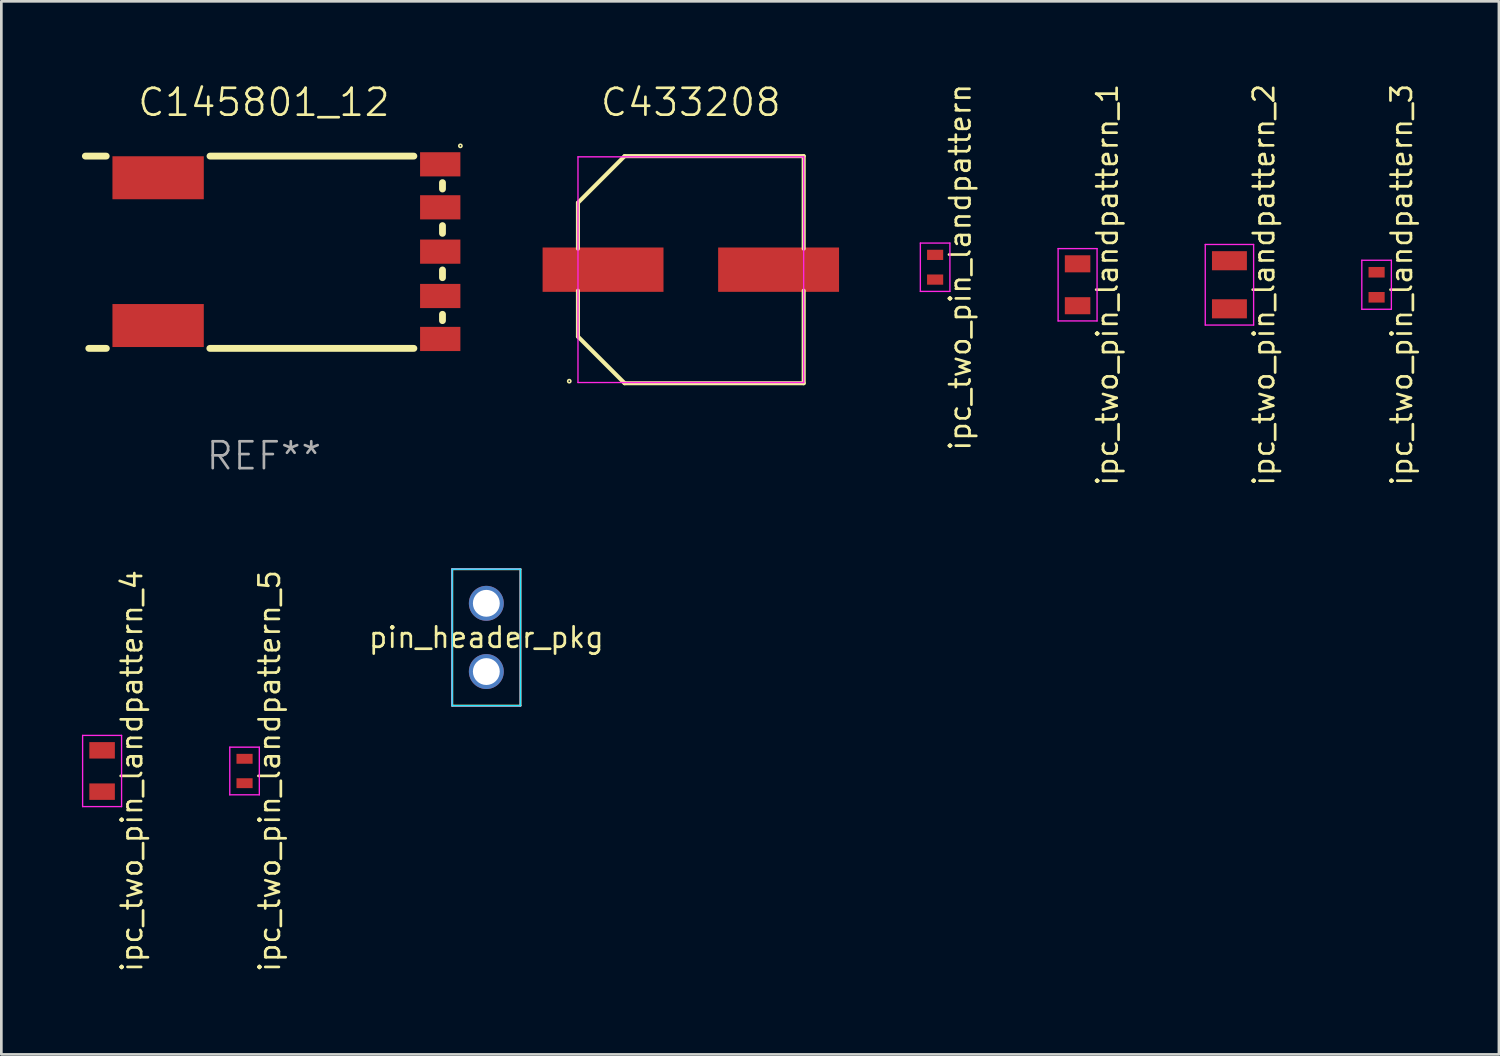
<source format=kicad_pcb>
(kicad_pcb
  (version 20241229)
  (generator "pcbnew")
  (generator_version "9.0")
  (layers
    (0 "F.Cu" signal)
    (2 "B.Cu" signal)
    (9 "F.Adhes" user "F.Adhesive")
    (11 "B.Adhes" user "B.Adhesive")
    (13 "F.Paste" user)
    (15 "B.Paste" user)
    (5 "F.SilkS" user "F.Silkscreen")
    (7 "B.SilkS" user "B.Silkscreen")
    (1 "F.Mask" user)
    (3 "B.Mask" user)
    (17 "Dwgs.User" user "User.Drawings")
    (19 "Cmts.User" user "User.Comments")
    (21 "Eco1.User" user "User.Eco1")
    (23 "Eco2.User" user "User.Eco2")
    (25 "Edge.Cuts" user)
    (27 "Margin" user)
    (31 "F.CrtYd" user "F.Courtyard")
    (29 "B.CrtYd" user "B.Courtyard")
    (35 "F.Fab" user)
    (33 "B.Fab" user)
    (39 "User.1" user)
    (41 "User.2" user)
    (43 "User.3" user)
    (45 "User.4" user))
  (footprint "ipc_two_pin_landpattern_1"
    (layer "F.Cu")
    (at 37.057 7.549)
    (property "Reference" "ipc_two_pin_landpattern_1" (at 1.106 0 90) (layer "F.SilkS") (effects (font (size 0.762 0.762) (thickness 0.1))))
    (attr through_hole)
    (fp_poly (pts (xy -0.625 -0.313) (xy 0.625 -0.313) (xy 0.625 -1.248) (xy -0.625 -1.248)) (stroke (width 0) (type solid)) (fill yes) (layer "F.Mask"))
    (fp_poly (pts (xy -0.625 1.248) (xy 0.625 1.248) (xy 0.625 0.313) (xy -0.625 0.313)) (stroke (width 0) (type solid)) (fill yes) (layer "F.Mask"))
    (fp_line (start -0.725 -1.347) (end -0.725 1.347) (stroke (width 0.05) (type solid)) (layer "F.CrtYd"))
    (fp_line (start -0.725 1.347) (end 0.725 1.347) (stroke (width 0.05) (type solid)) (layer "F.CrtYd"))
    (fp_line (start 0.725 -1.347) (end -0.725 -1.347) (stroke (width 0.05) (type solid)) (layer "F.CrtYd"))
    (fp_line (start 0.725 1.347) (end 0.725 -1.347) (stroke (width 0.05) (type solid)) (layer "F.CrtYd"))
    (pad "1" smd rect (at 0 -0.78) (size 0.95 0.635) (layers "F.Cu" "F.Paste"))
    (pad "2" smd rect (at 0 0.78) (size 0.95 0.635) (layers "F.Cu" "F.Paste")))
  (footprint "ipc_two_pin_landpattern_5"
    (layer "F.Cu")
    (at 6.052 25.646)
    (property "Reference" "ipc_two_pin_landpattern_5" (at 0.931 0 90) (layer "F.SilkS") (effects (font (size 0.762 0.762) (thickness 0.1))))
    (attr through_hole)
    (fp_poly (pts (xy -0.45 -0.12) (xy 0.45 -0.12) (xy 0.45 -0.787) (xy -0.45 -0.787)) (stroke (width 0) (type solid)) (fill yes) (layer "F.Mask"))
    (fp_poly (pts (xy -0.45 0.787) (xy 0.45 0.787) (xy 0.45 0.12) (xy -0.45 0.12)) (stroke (width 0) (type solid)) (fill yes) (layer "F.Mask"))
    (fp_line (start -0.55 -0.887) (end -0.55 0.887) (stroke (width 0.05) (type solid)) (layer "F.CrtYd"))
    (fp_line (start -0.55 0.887) (end 0.55 0.887) (stroke (width 0.05) (type solid)) (layer "F.CrtYd"))
    (fp_line (start 0.55 -0.887) (end -0.55 -0.887) (stroke (width 0.05) (type solid)) (layer "F.CrtYd"))
    (fp_line (start 0.55 0.887) (end 0.55 -0.887) (stroke (width 0.05) (type solid)) (layer "F.CrtYd"))
    (pad "1" smd rect (at 0 -0.454) (size 0.6 0.368) (layers "F.Cu" "F.Paste"))
    (pad "2" smd rect (at 0 0.454) (size 0.6 0.368) (layers "F.Cu" "F.Paste")))
  (footprint "pin_header_pkg"
    (layer "F.Cu")
    (at 15.051 20.675)
    (property "Reference" "pin_header_pkg" (at 0 0 0) (layer "F.SilkS") (effects (font (size 0.762 0.762) (thickness 0.1))))
    (attr through_hole)
    (fp_poly (pts (xy 0.8 -1.27) (xy 0.785 -1.426) (xy 0.739 -1.576) (xy 0.665 -1.714) (xy 0.566 -1.836) (xy 0.444 -1.935) (xy 0.306 -2.009) (xy 0.156 -2.055) (xy 0 -2.07) (xy -0.156 -2.055) (xy -0.306 -2.009) (xy -0.444 -1.935) (xy -0.566 -1.836) (xy -0.665 -1.714) (xy -0.739 -1.576) (xy -0.785 -1.426) (xy -0.8 -1.27) (xy -0.785 -1.114) (xy -0.739 -0.964) (xy -0.665 -0.826) (xy -0.566 -0.704) (xy -0.444 -0.605) (xy -0.306 -0.531) (xy -0.156 -0.485) (xy 0 -0.47) (xy 0.156 -0.485) (xy 0.306 -0.531) (xy 0.444 -0.605) (xy 0.566 -0.704) (xy 0.665 -0.826) (xy 0.739 -0.964) (xy 0.785 -1.114)) (stroke (width 0) (type solid)) (fill yes) (layer "F.Mask"))
    (fp_poly (pts (xy 0.8 1.27) (xy 0.785 1.114) (xy 0.739 0.964) (xy 0.665 0.826) (xy 0.566 0.704) (xy 0.444 0.605) (xy 0.306 0.531) (xy 0.156 0.485) (xy 0 0.47) (xy -0.156 0.485) (xy -0.306 0.531) (xy -0.444 0.605) (xy -0.566 0.704) (xy -0.665 0.826) (xy -0.739 0.964) (xy -0.785 1.114) (xy -0.8 1.27) (xy -0.785 1.426) (xy -0.739 1.576) (xy -0.665 1.714) (xy -0.566 1.836) (xy -0.444 1.935) (xy -0.306 2.009) (xy -0.156 2.055) (xy 0 2.07) (xy 0.156 2.055) (xy 0.306 2.009) (xy 0.444 1.935) (xy 0.566 1.836) (xy 0.665 1.714) (xy 0.739 1.576) (xy 0.785 1.426)) (stroke (width 0) (type solid)) (fill yes) (layer "F.Mask"))
    (fp_poly (pts (xy 0.8 -1.27) (xy 0.785 -1.426) (xy 0.739 -1.576) (xy 0.665 -1.714) (xy 0.566 -1.836) (xy 0.444 -1.935) (xy 0.306 -2.009) (xy 0.156 -2.055) (xy 0 -2.07) (xy -0.156 -2.055) (xy -0.306 -2.009) (xy -0.444 -1.935) (xy -0.566 -1.836) (xy -0.665 -1.714) (xy -0.739 -1.576) (xy -0.785 -1.426) (xy -0.8 -1.27) (xy -0.785 -1.114) (xy -0.739 -0.964) (xy -0.665 -0.826) (xy -0.566 -0.704) (xy -0.444 -0.605) (xy -0.306 -0.531) (xy -0.156 -0.485) (xy 0 -0.47) (xy 0.156 -0.485) (xy 0.306 -0.531) (xy 0.444 -0.605) (xy 0.566 -0.704) (xy 0.665 -0.826) (xy 0.739 -0.964) (xy 0.785 -1.114)) (stroke (width 0) (type solid)) (fill yes) (layer "B.Mask"))
    (fp_poly (pts (xy 0.8 1.27) (xy 0.785 1.114) (xy 0.739 0.964) (xy 0.665 0.826) (xy 0.566 0.704) (xy 0.444 0.605) (xy 0.306 0.531) (xy 0.156 0.485) (xy 0 0.47) (xy -0.156 0.485) (xy -0.306 0.531) (xy -0.444 0.605) (xy -0.566 0.704) (xy -0.665 0.826) (xy -0.739 0.964) (xy -0.785 1.114) (xy -0.8 1.27) (xy -0.785 1.426) (xy -0.739 1.576) (xy -0.665 1.714) (xy -0.566 1.836) (xy -0.444 1.935) (xy -0.306 2.009) (xy -0.156 2.055) (xy 0 2.07) (xy 0.156 2.055) (xy 0.306 2.009) (xy 0.444 1.935) (xy 0.566 1.836) (xy 0.665 1.714) (xy 0.739 1.576) (xy 0.785 1.426)) (stroke (width 0) (type solid)) (fill yes) (layer "B.Mask"))
    (fp_line (start -1.27 -2.54) (end -1.27 2.54) (stroke (width 0.076) (type solid)) (layer "F.SilkS"))
    (fp_line (start -1.27 2.54) (end 1.27 2.54) (stroke (width 0.076) (type solid)) (layer "F.SilkS"))
    (fp_line (start 1.27 -2.54) (end -1.27 -2.54) (stroke (width 0.076) (type solid)) (layer "F.SilkS"))
    (fp_line (start 1.27 2.54) (end 1.27 -2.54) (stroke (width 0.076) (type solid)) (layer "F.SilkS"))
    (fp_line (start -1.27 -2.54) (end -1.27 2.54) (stroke (width 0.05) (type solid)) (layer "B.CrtYd"))
    (fp_line (start -1.27 2.54) (end 1.27 2.54) (stroke (width 0.05) (type solid)) (layer "B.CrtYd"))
    (fp_line (start 1.27 -2.54) (end -1.27 -2.54) (stroke (width 0.05) (type solid)) (layer "B.CrtYd"))
    (fp_line (start 1.27 2.54) (end 1.27 -2.54) (stroke (width 0.05) (type solid)) (layer "B.CrtYd"))
    (fp_line (start -1.27 -2.54) (end -1.27 2.54) (stroke (width 0.05) (type solid)) (layer "F.CrtYd"))
    (fp_line (start -1.27 2.54) (end 1.27 2.54) (stroke (width 0.05) (type solid)) (layer "F.CrtYd"))
    (fp_line (start 1.27 -2.54) (end -1.27 -2.54) (stroke (width 0.05) (type solid)) (layer "F.CrtYd"))
    (fp_line (start 1.27 2.54) (end 1.27 -2.54) (stroke (width 0.05) (type solid)) (layer "F.CrtYd"))
    (pad "1" thru_hole circle (at 0 -1.27) (size 1.3 1.3) (drill 1) (layers "*.Cu"))
    (pad "2" thru_hole circle (at 0 1.27) (size 1.3 1.3) (drill 1) (layers "*.Cu")))
  (footprint "ipc_two_pin_landpattern_2"
    (layer "F.Cu")
    (at 42.709 7.549)
    (property "Reference" "ipc_two_pin_landpattern_2" (at 1.281 0 90) (layer "F.SilkS") (effects (font (size 0.762 0.762) (thickness 0.1))))
    (attr through_hole)
    (fp_poly (pts (xy -0.8 -0.389) (xy 0.8 -0.389) (xy 0.8 -1.4) (xy -0.8 -1.4)) (stroke (width 0) (type solid)) (fill yes) (layer "F.Mask"))
    (fp_poly (pts (xy -0.8 1.4) (xy 0.8 1.4) (xy 0.8 0.389) (xy -0.8 0.389)) (stroke (width 0) (type solid)) (fill yes) (layer "F.Mask"))
    (fp_line (start -0.9 -1.5) (end -0.9 1.5) (stroke (width 0.05) (type solid)) (layer "F.CrtYd"))
    (fp_line (start -0.9 1.5) (end 0.9 1.5) (stroke (width 0.05) (type solid)) (layer "F.CrtYd"))
    (fp_line (start 0.9 -1.5) (end -0.9 -1.5) (stroke (width 0.05) (type solid)) (layer "F.CrtYd"))
    (fp_line (start 0.9 1.5) (end 0.9 -1.5) (stroke (width 0.05) (type solid)) (layer "F.CrtYd"))
    (pad "1" smd rect (at 0 -0.895) (size 1.3 0.711) (layers "F.Cu" "F.Paste"))
    (pad "2" smd rect (at 0 0.895) (size 1.3 0.711) (layers "F.Cu" "F.Paste")))
  (footprint "ipc_two_pin_landpattern_3"
    (layer "F.Cu")
    (at 48.186 7.549)
    (property "Reference" "ipc_two_pin_landpattern_3" (at 0.931 0 90) (layer "F.SilkS") (effects (font (size 0.762 0.762) (thickness 0.1))))
    (attr through_hole)
    (fp_poly (pts (xy -0.45 -0.12) (xy 0.45 -0.12) (xy 0.45 -0.812) (xy -0.45 -0.812)) (stroke (width 0) (type solid)) (fill yes) (layer "F.Mask"))
    (fp_poly (pts (xy -0.45 0.812) (xy 0.45 0.812) (xy 0.45 0.12) (xy -0.45 0.12)) (stroke (width 0) (type solid)) (fill yes) (layer "F.Mask"))
    (fp_line (start -0.55 -0.912) (end -0.55 0.912) (stroke (width 0.05) (type solid)) (layer "F.CrtYd"))
    (fp_line (start -0.55 0.912) (end 0.55 0.912) (stroke (width 0.05) (type solid)) (layer "F.CrtYd"))
    (fp_line (start 0.55 -0.912) (end -0.55 -0.912) (stroke (width 0.05) (type solid)) (layer "F.CrtYd"))
    (fp_line (start 0.55 0.912) (end 0.55 -0.912) (stroke (width 0.05) (type solid)) (layer "F.CrtYd"))
    (pad "1" smd rect (at 0 -0.466) (size 0.6 0.393) (layers "F.Cu" "F.Paste"))
    (pad "2" smd rect (at 0 0.466) (size 0.6 0.393) (layers "F.Cu" "F.Paste")))
  (footprint "ipc_two_pin_landpattern"
    (layer "F.Cu")
    (at 31.755 6.896)
    (property "Reference" "ipc_two_pin_landpattern" (at 0.931 0 90) (layer "F.SilkS") (effects (font (size 0.762 0.762) (thickness 0.1))))
    (attr through_hole)
    (fp_poly (pts (xy -0.45 -0.12) (xy 0.45 -0.12) (xy 0.45 -0.8) (xy -0.45 -0.8)) (stroke (width 0) (type solid)) (fill yes) (layer "F.Mask"))
    (fp_poly (pts (xy -0.45 0.8) (xy 0.45 0.8) (xy 0.45 0.12) (xy -0.45 0.12)) (stroke (width 0) (type solid)) (fill yes) (layer "F.Mask"))
    (fp_line (start -0.55 -0.9) (end -0.55 0.9) (stroke (width 0.05) (type solid)) (layer "F.CrtYd"))
    (fp_line (start -0.55 0.9) (end 0.55 0.9) (stroke (width 0.05) (type solid)) (layer "F.CrtYd"))
    (fp_line (start 0.55 -0.9) (end -0.55 -0.9) (stroke (width 0.05) (type solid)) (layer "F.CrtYd"))
    (fp_line (start 0.55 0.9) (end 0.55 -0.9) (stroke (width 0.05) (type solid)) (layer "F.CrtYd"))
    (pad "1" smd rect (at 0 -0.46) (size 0.6 0.38) (layers "F.Cu" "F.Paste"))
    (pad "2" smd rect (at 0 0.46) (size 0.6 0.38) (layers "F.Cu" "F.Paste")))
  (footprint "ipc_two_pin_landpattern_4"
    (layer "F.Cu")
    (at 0.75 25.646)
    (property "Reference" "ipc_two_pin_landpattern_4" (at 1.106 0 90) (layer "F.SilkS") (effects (font (size 0.762 0.762) (thickness 0.1))))
    (attr through_hole)
    (fp_poly (pts (xy -0.625 -0.313) (xy 0.625 -0.313) (xy 0.625 -1.225) (xy -0.625 -1.225)) (stroke (width 0) (type solid)) (fill yes) (layer "F.Mask"))
    (fp_poly (pts (xy -0.625 1.225) (xy 0.625 1.225) (xy 0.625 0.313) (xy -0.625 0.313)) (stroke (width 0) (type solid)) (fill yes) (layer "F.Mask"))
    (fp_line (start -0.725 -1.325) (end -0.725 1.325) (stroke (width 0.05) (type solid)) (layer "F.CrtYd"))
    (fp_line (start -0.725 1.325) (end 0.725 1.325) (stroke (width 0.05) (type solid)) (layer "F.CrtYd"))
    (fp_line (start 0.725 -1.325) (end -0.725 -1.325) (stroke (width 0.05) (type solid)) (layer "F.CrtYd"))
    (fp_line (start 0.725 1.325) (end 0.725 -1.325) (stroke (width 0.05) (type solid)) (layer "F.CrtYd"))
    (pad "1" smd rect (at 0 -0.769) (size 0.95 0.612) (layers "F.Cu" "F.Paste"))
    (pad "2" smd rect (at 0 0.769) (size 0.95 0.612) (layers "F.Cu" "F.Paste")))
  (footprint "C145801_12"
    (layer "F.Cu")
    (at 6.773 6.338)
    (property "Reference" "C145801_12" (at 0 -5.578 0) (layer "F.SilkS") (effects (font (size 1 1) (thickness 0.1))))
    (attr through_hole)
    (fp_line (start -6.646 -3.578) (end -5.869 -3.578) (stroke (width 0.254) (type solid)) (layer "F.SilkS"))
    (fp_line (start -5.864 3.578) (end -6.518 3.578) (stroke (width 0.254) (type solid)) (layer "F.SilkS"))
    (fp_line (start -2.007 -3.578) (end 5.581 -3.578) (stroke (width 0.254) (type solid)) (layer "F.SilkS"))
    (fp_line (start 5.582 3.578) (end -2.013 3.578) (stroke (width 0.254) (type solid)) (layer "F.SilkS"))
    (fp_line (start 6.646 -2.591) (end 6.646 -2.353) (stroke (width 0.254) (type solid)) (layer "F.SilkS"))
    (fp_line (start 6.646 -0.991) (end 6.646 -0.703) (stroke (width 0.254) (type solid)) (layer "F.SilkS"))
    (fp_line (start 6.646 0.659) (end 6.646 0.948) (stroke (width 0.254) (type solid)) (layer "F.SilkS"))
    (fp_line (start 6.646 2.31) (end 6.646 2.546) (stroke (width 0.254) (type solid)) (layer "F.SilkS"))
    (fp_arc (start 7.342037 -3.958979) (mid 7.282043 -3.958979) (end 7.342037 -3.958979) (stroke (width 0.059995) (type solid)) (layer "F.SilkS"))
    (fp_text user "REF**" (at 0 7.578 0) (layer "F.Fab") (effects (font (size 1 1) (thickness 0.1))))
    (pad "1" smd rect (at 6.562 -3.272) (size 1.5 0.9) (layers "F.Cu" "F.Mask" "F.Paste"))
    (pad "2" smd rect (at 6.562 -1.672) (size 1.5 0.9) (layers "F.Cu" "F.Mask" "F.Paste"))
    (pad "3" smd rect (at 6.562 1.629) (size 1.5 0.9) (layers "F.Cu" "F.Mask" "F.Paste"))
    (pad "4" smd rect (at 6.562 3.228) (size 1.5 0.9) (layers "F.Cu" "F.Mask" "F.Paste"))
    (pad "5" smd rect (at 6.562 -0.022) (size 1.5 0.9) (layers "F.Cu" "F.Mask" "F.Paste"))
    (pad "6" smd rect (at -3.938 -2.772) (size 3.4 1.6) (layers "F.Cu" "F.Mask" "F.Paste"))
    (pad "7" smd rect (at -3.938 2.728) (size 3.4 1.6) (layers "F.Cu" "F.Mask" "F.Paste")))
  (footprint "C433208"
    (layer "F.Cu")
    (at 22.662 6.987)
    (property "Reference" "C433208" (at 0 -6.226 0) (layer "F.SilkS") (effects (font (size 1 1) (thickness 0.1))))
    (attr through_hole)
    (fp_line (start -4.201 -2.49) (end -4.201 -0.782) (stroke (width 0.152) (type solid)) (layer "F.SilkS"))
    (fp_line (start -4.201 2.49) (end -4.201 0.782) (stroke (width 0.152) (type solid)) (layer "F.SilkS"))
    (fp_line (start -2.465 -4.226) (end -4.201 -2.49) (stroke (width 0.152) (type solid)) (layer "F.SilkS"))
    (fp_line (start -2.465 4.226) (end -4.201 2.49) (stroke (width 0.152) (type solid)) (layer "F.SilkS"))
    (fp_line (start 4.201 -4.226) (end -2.465 -4.226) (stroke (width 0.152) (type solid)) (layer "F.SilkS"))
    (fp_line (start 4.201 -0.782) (end 4.201 -4.226) (stroke (width 0.152) (type solid)) (layer "F.SilkS"))
    (fp_line (start 4.201 0.782) (end 4.201 4.226) (stroke (width 0.152) (type solid)) (layer "F.SilkS"))
    (fp_line (start 4.201 4.226) (end -2.465 4.226) (stroke (width 0.152) (type solid)) (layer "F.SilkS"))
    (fp_arc (start -4.494539 4.150114) (mid -4.554483 4.150114) (end -4.494539 4.150114) (stroke (width 0.059995) (type solid)) (layer "F.SilkS"))
    (fp_line (start -4.2 -4.2) (end -4.2 4.2) (stroke (width 0.05) (type solid)) (layer "F.CrtYd"))
    (fp_line (start -4.2 4.2) (end 4.2 4.2) (stroke (width 0.05) (type solid)) (layer "F.CrtYd"))
    (fp_line (start 4.2 -4.2) (end -4.2 -4.2) (stroke (width 0.05) (type solid)) (layer "F.CrtYd"))
    (fp_line (start 4.2 4.2) (end 4.2 -4.2) (stroke (width 0.05) (type solid)) (layer "F.CrtYd"))
    (pad "1" smd rect (at -3.267 0) (size 4.5 1.65) (layers "F.Cu" "F.Mask" "F.Paste"))
    (pad "2" smd rect (at 3.267 0) (size 4.5 1.65) (layers "F.Cu" "F.Mask" "F.Paste")))
  (gr_rect
    (start -3 -3)
    (end 52.739 36.195)
    (stroke (width 0.1) (type default))
    (fill no)
    (layer "Edge.Cuts")))
</source>
